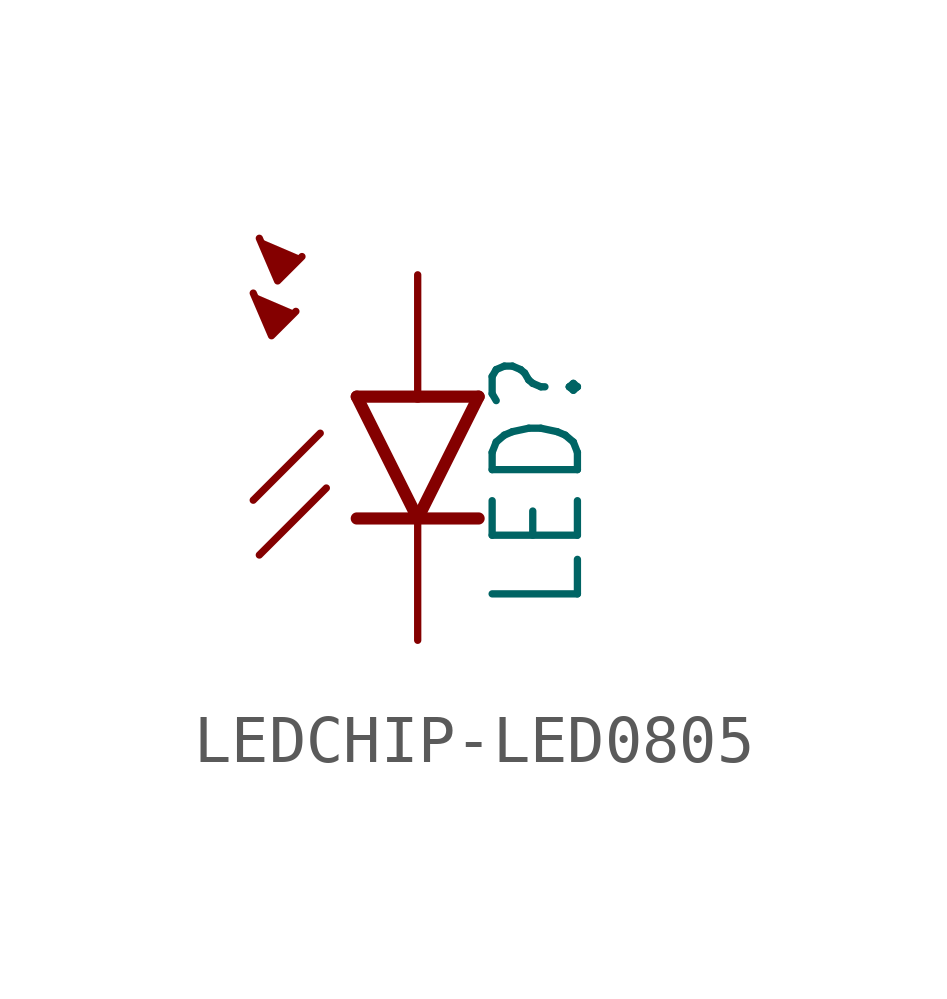
<source format=kicad_sym>
(kicad_symbol_lib
  (version 20241209)
  (generator "kicad_symbol_editor")
  (generator_version "9.0")
  (symbol "LEDCHIP-LED0805"
    (property "Reference" "LED"
      (at 3.556 -4.572 90)
      (effects (font (size 1.778 1.511)) (justify left bottom)))
    (property "Value" ""
      (at 5.715 -4.572 90)
      (effects (font (size 1.778 1.511)) (justify left bottom)))
    (property "ki_locked" ""
      (at 0 0 0)
      (effects (font (size 1.27 1.27))))
    (symbol "LEDCHIP-LED0805_1_0"
      (polyline (pts (xy -3.429 2.159) (xy -3.048 1.27) (xy -2.54 1.778)) (stroke (width 0.152) (type solid)) (fill (type outline)))
      (polyline (pts (xy -3.302 3.302) (xy -2.921 2.413) (xy -2.413 2.921)) (stroke (width 0.152) (type solid)) (fill (type outline)))
      (polyline (pts (xy -2.032 -0.762) (xy -3.429 -2.159)) (stroke (width 0.152) (type solid)) (fill (type none)))
      (polyline (pts (xy -1.905 -1.905) (xy -3.302 -3.302)) (stroke (width 0.152) (type solid)) (fill (type none)))
      (polyline (pts (xy 0 0) (xy -1.27 0)) (stroke (width 0.254) (type solid)) (fill (type none)))
      (polyline (pts (xy 0 -2.54) (xy -1.27 0)) (stroke (width 0.254) (type solid)) (fill (type none)))
      (polyline (pts (xy 0 -2.54) (xy -1.27 -2.54)) (stroke (width 0.254) (type solid)) (fill (type none)))
      (polyline (pts (xy 1.27 0) (xy 0 0)) (stroke (width 0.254) (type solid)) (fill (type none)))
      (polyline (pts (xy 1.27 0) (xy 0 -2.54)) (stroke (width 0.254) (type solid)) (fill (type none)))
      (polyline (pts (xy 1.27 -2.54) (xy 0 -2.54)) (stroke (width 0.254) (type solid)) (fill (type none)))
      (pin passive line (at 0 2.54 270) (length 2.54) (name "A" (effects (font (size 0 0)))) (number "A" (effects (font (size 0 0)))))
      (pin passive line (at 0 -5.08 90) (length 2.54) (name "C" (effects (font (size 0 0)))) (number "C" (effects (font (size 0 0))))))))
</source>
